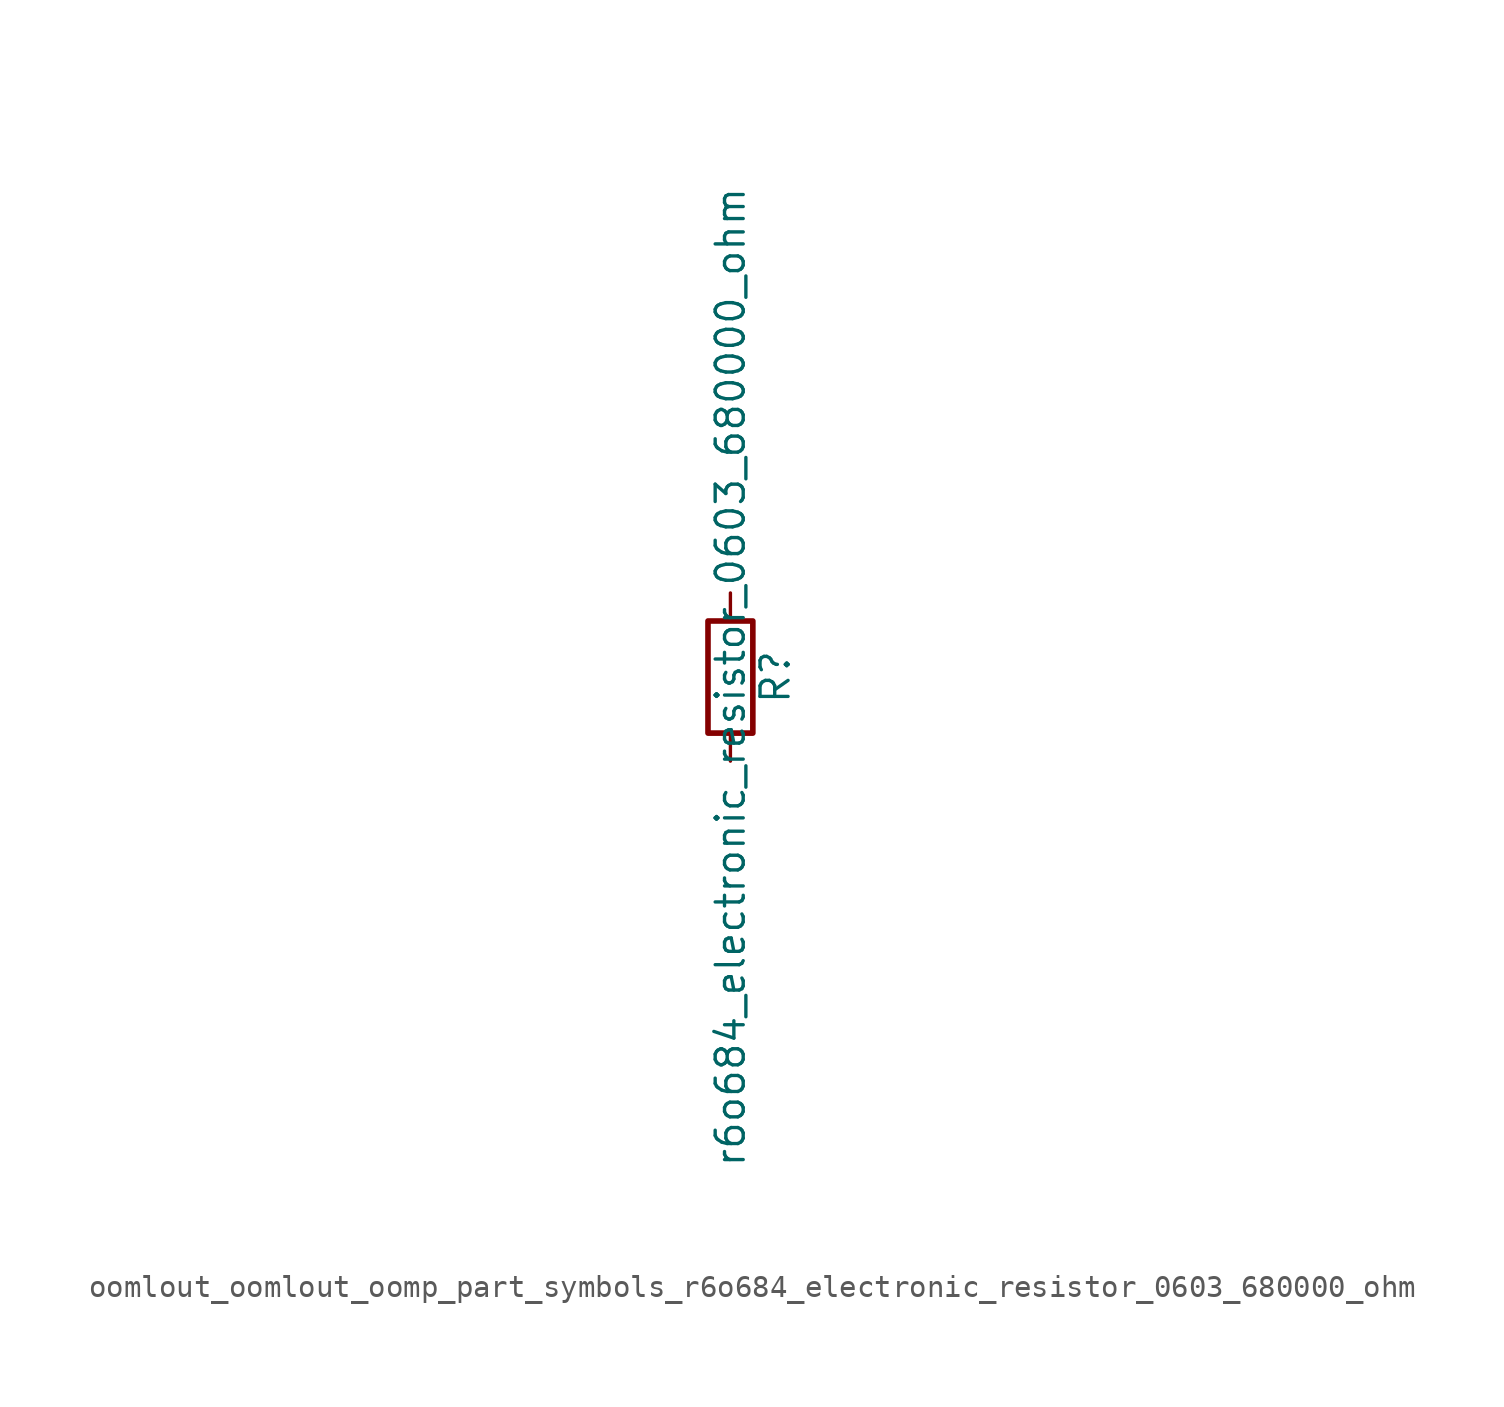
<source format=kicad_sym>
(kicad_symbol_lib
  (version 20220914)
  (generator kicad_symbol_editor)
  (symbol "oomlout_oomlout_oomp_part_symbols_r6o684_electronic_resistor_0603_680000_ohm"
    (pin_numbers hide)
    (pin_names
      (offset 0))
    (property "Reference" "R"
      (at 2.032 0 90)
      (effects (font (size 1.27 1.27))))
    (property "Value" "r6o684_electronic_resistor_0603_680000_ohm"
      (at 0 0 90)
      (effects (font (size 1.27 1.27))))
    (symbol "oomlout_oomlout_oomp_part_symbols_r6o684_electronic_resistor_0603_680000_ohm_0_1"
      (rectangle (start -1.016 -2.54) (end 1.016 2.54) (stroke (width 0.254) (type default)) (fill (type none))))
    (symbol "oomlout_oomlout_oomp_part_symbols_r6o684_electronic_resistor_0603_680000_ohm_1_1"
      (pin passive line (at 0 3.81 270) (length 1.27) (name "~" (effects (font (size 1.27 1.27)))) (number "1" (effects (font (size 1.27 1.27)))))
      (pin passive line (at 0 -3.81 90) (length 1.27) (name "~" (effects (font (size 1.27 1.27)))) (number "2" (effects (font (size 1.27 1.27))))))))
</source>
